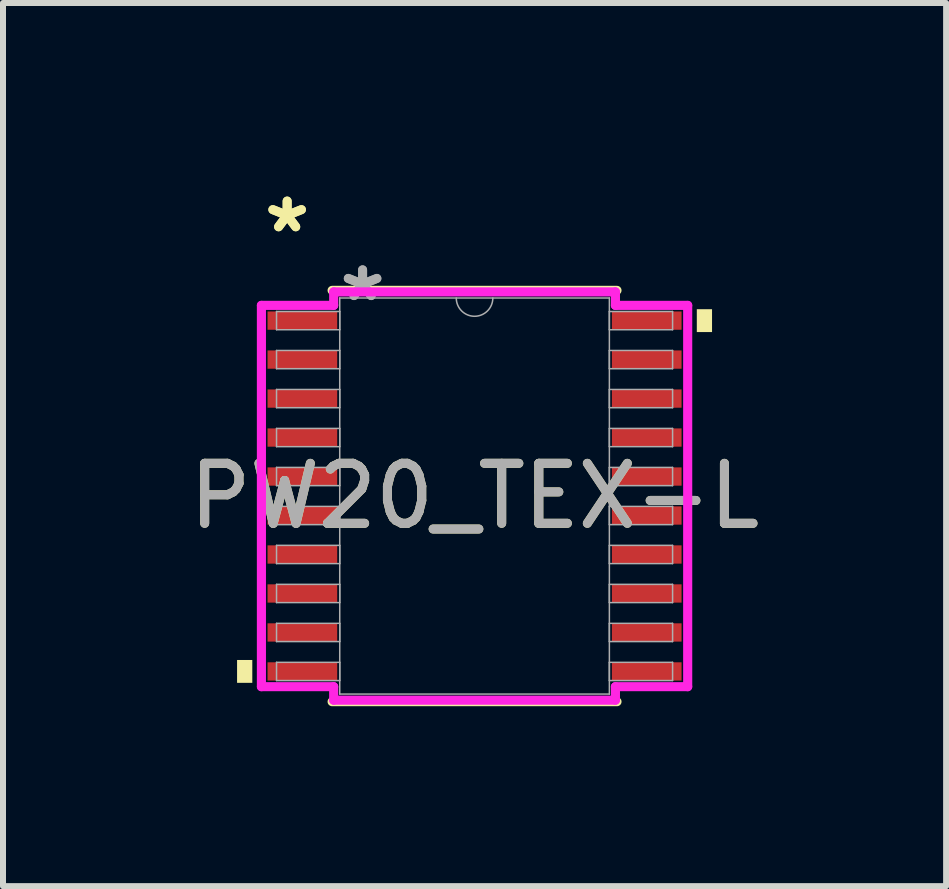
<source format=kicad_pcb>
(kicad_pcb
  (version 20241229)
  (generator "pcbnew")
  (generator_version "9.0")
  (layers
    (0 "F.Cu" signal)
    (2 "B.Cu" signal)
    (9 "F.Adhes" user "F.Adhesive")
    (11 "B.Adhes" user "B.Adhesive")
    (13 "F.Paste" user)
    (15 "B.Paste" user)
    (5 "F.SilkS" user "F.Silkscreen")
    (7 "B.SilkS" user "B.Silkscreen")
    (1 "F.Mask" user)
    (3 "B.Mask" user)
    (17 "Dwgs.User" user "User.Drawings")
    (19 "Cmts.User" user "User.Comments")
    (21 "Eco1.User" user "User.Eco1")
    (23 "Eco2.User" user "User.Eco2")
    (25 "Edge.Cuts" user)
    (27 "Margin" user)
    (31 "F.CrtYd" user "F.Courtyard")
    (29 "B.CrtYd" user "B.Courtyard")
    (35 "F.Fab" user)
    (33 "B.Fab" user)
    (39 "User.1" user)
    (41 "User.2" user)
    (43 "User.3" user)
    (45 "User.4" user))
  (footprint "PW20_TEX-L"
    (layer "F.Cu")
    (at 4.863 5.221)
    (property "Reference" "PW20_TEX-L" (at 0 0 0) (unlocked yes) (layer "F.SilkS") (effects (font (size 1 1) (thickness 0.15))))
    (attr smd)
    (fp_line (start -2.375 3.429) (end 2.375 3.429) (stroke (width 0.152) (type solid)) (layer "F.SilkS"))
    (fp_line (start 2.375 -3.429) (end -2.375 -3.429) (stroke (width 0.152) (type solid)) (layer "F.SilkS"))
    (fp_poly (pts (xy -3.96 2.734) (xy -3.96 3.115) (xy -3.706 3.115) (xy -3.706 2.734)) (stroke (width 0) (type solid)) (fill yes) (layer "F.SilkS"))
    (fp_poly (pts (xy 3.96 -3.115) (xy 3.96 -2.734) (xy 3.706 -2.734) (xy 3.706 -3.115)) (stroke (width 0) (type solid)) (fill yes) (layer "F.SilkS"))
    (fp_line (start -3.554 -3.179) (end -2.349 -3.179) (stroke (width 0.152) (type solid)) (layer "F.CrtYd"))
    (fp_line (start -3.554 3.179) (end -3.554 -3.179) (stroke (width 0.152) (type solid)) (layer "F.CrtYd"))
    (fp_line (start -3.554 3.179) (end -2.349 3.179) (stroke (width 0.152) (type solid)) (layer "F.CrtYd"))
    (fp_line (start -2.349 -3.404) (end 2.349 -3.404) (stroke (width 0.152) (type solid)) (layer "F.CrtYd"))
    (fp_line (start -2.349 -3.179) (end -2.349 -3.404) (stroke (width 0.152) (type solid)) (layer "F.CrtYd"))
    (fp_line (start -2.349 3.404) (end -2.349 3.179) (stroke (width 0.152) (type solid)) (layer "F.CrtYd"))
    (fp_line (start 2.349 -3.404) (end 2.349 -3.179) (stroke (width 0.152) (type solid)) (layer "F.CrtYd"))
    (fp_line (start 2.349 3.179) (end 2.349 3.404) (stroke (width 0.152) (type solid)) (layer "F.CrtYd"))
    (fp_line (start 2.349 3.404) (end -2.349 3.404) (stroke (width 0.152) (type solid)) (layer "F.CrtYd"))
    (fp_line (start 3.554 -3.179) (end 2.349 -3.179) (stroke (width 0.152) (type solid)) (layer "F.CrtYd"))
    (fp_line (start 3.554 -3.179) (end 3.554 3.179) (stroke (width 0.152) (type solid)) (layer "F.CrtYd"))
    (fp_line (start 3.554 3.179) (end 2.349 3.179) (stroke (width 0.152) (type solid)) (layer "F.CrtYd"))
    (fp_line (start -3.302 -3.077) (end -3.302 -2.773) (stroke (width 0.025) (type solid)) (layer "F.Fab"))
    (fp_line (start -3.302 -2.773) (end -2.248 -2.773) (stroke (width 0.025) (type solid)) (layer "F.Fab"))
    (fp_line (start -3.302 -2.427) (end -3.302 -2.123) (stroke (width 0.025) (type solid)) (layer "F.Fab"))
    (fp_line (start -3.302 -2.123) (end -2.248 -2.123) (stroke (width 0.025) (type solid)) (layer "F.Fab"))
    (fp_line (start -3.302 -1.777) (end -3.302 -1.473) (stroke (width 0.025) (type solid)) (layer "F.Fab"))
    (fp_line (start -3.302 -1.473) (end -2.248 -1.473) (stroke (width 0.025) (type solid)) (layer "F.Fab"))
    (fp_line (start -3.302 -1.127) (end -3.302 -0.823) (stroke (width 0.025) (type solid)) (layer "F.Fab"))
    (fp_line (start -3.302 -0.823) (end -2.248 -0.823) (stroke (width 0.025) (type solid)) (layer "F.Fab"))
    (fp_line (start -3.302 -0.477) (end -3.302 -0.173) (stroke (width 0.025) (type solid)) (layer "F.Fab"))
    (fp_line (start -3.302 -0.173) (end -2.248 -0.173) (stroke (width 0.025) (type solid)) (layer "F.Fab"))
    (fp_line (start -3.302 0.173) (end -3.302 0.477) (stroke (width 0.025) (type solid)) (layer "F.Fab"))
    (fp_line (start -3.302 0.477) (end -2.248 0.477) (stroke (width 0.025) (type solid)) (layer "F.Fab"))
    (fp_line (start -3.302 0.823) (end -3.302 1.127) (stroke (width 0.025) (type solid)) (layer "F.Fab"))
    (fp_line (start -3.302 1.127) (end -2.248 1.127) (stroke (width 0.025) (type solid)) (layer "F.Fab"))
    (fp_line (start -3.302 1.473) (end -3.302 1.777) (stroke (width 0.025) (type solid)) (layer "F.Fab"))
    (fp_line (start -3.302 1.777) (end -2.248 1.777) (stroke (width 0.025) (type solid)) (layer "F.Fab"))
    (fp_line (start -3.302 2.123) (end -3.302 2.427) (stroke (width 0.025) (type solid)) (layer "F.Fab"))
    (fp_line (start -3.302 2.427) (end -2.248 2.427) (stroke (width 0.025) (type solid)) (layer "F.Fab"))
    (fp_line (start -3.302 2.773) (end -3.302 3.077) (stroke (width 0.025) (type solid)) (layer "F.Fab"))
    (fp_line (start -3.302 3.077) (end -2.248 3.077) (stroke (width 0.025) (type solid)) (layer "F.Fab"))
    (fp_line (start -2.248 -3.302) (end -2.248 3.302) (stroke (width 0.025) (type solid)) (layer "F.Fab"))
    (fp_line (start -2.248 -3.077) (end -3.302 -3.077) (stroke (width 0.025) (type solid)) (layer "F.Fab"))
    (fp_line (start -2.248 -2.773) (end -2.248 -3.077) (stroke (width 0.025) (type solid)) (layer "F.Fab"))
    (fp_line (start -2.248 -2.427) (end -3.302 -2.427) (stroke (width 0.025) (type solid)) (layer "F.Fab"))
    (fp_line (start -2.248 -2.123) (end -2.248 -2.427) (stroke (width 0.025) (type solid)) (layer "F.Fab"))
    (fp_line (start -2.248 -1.777) (end -3.302 -1.777) (stroke (width 0.025) (type solid)) (layer "F.Fab"))
    (fp_line (start -2.248 -1.473) (end -2.248 -1.777) (stroke (width 0.025) (type solid)) (layer "F.Fab"))
    (fp_line (start -2.248 -1.127) (end -3.302 -1.127) (stroke (width 0.025) (type solid)) (layer "F.Fab"))
    (fp_line (start -2.248 -0.823) (end -2.248 -1.127) (stroke (width 0.025) (type solid)) (layer "F.Fab"))
    (fp_line (start -2.248 -0.477) (end -3.302 -0.477) (stroke (width 0.025) (type solid)) (layer "F.Fab"))
    (fp_line (start -2.248 -0.173) (end -2.248 -0.477) (stroke (width 0.025) (type solid)) (layer "F.Fab"))
    (fp_line (start -2.248 0.173) (end -3.302 0.173) (stroke (width 0.025) (type solid)) (layer "F.Fab"))
    (fp_line (start -2.248 0.477) (end -2.248 0.173) (stroke (width 0.025) (type solid)) (layer "F.Fab"))
    (fp_line (start -2.248 0.823) (end -3.302 0.823) (stroke (width 0.025) (type solid)) (layer "F.Fab"))
    (fp_line (start -2.248 1.127) (end -2.248 0.823) (stroke (width 0.025) (type solid)) (layer "F.Fab"))
    (fp_line (start -2.248 1.473) (end -3.302 1.473) (stroke (width 0.025) (type solid)) (layer "F.Fab"))
    (fp_line (start -2.248 1.777) (end -2.248 1.473) (stroke (width 0.025) (type solid)) (layer "F.Fab"))
    (fp_line (start -2.248 2.123) (end -3.302 2.123) (stroke (width 0.025) (type solid)) (layer "F.Fab"))
    (fp_line (start -2.248 2.427) (end -2.248 2.123) (stroke (width 0.025) (type solid)) (layer "F.Fab"))
    (fp_line (start -2.248 2.773) (end -3.302 2.773) (stroke (width 0.025) (type solid)) (layer "F.Fab"))
    (fp_line (start -2.248 3.077) (end -2.248 2.773) (stroke (width 0.025) (type solid)) (layer "F.Fab"))
    (fp_line (start -2.248 3.302) (end 2.248 3.302) (stroke (width 0.025) (type solid)) (layer "F.Fab"))
    (fp_line (start 2.248 -3.302) (end -2.248 -3.302) (stroke (width 0.025) (type solid)) (layer "F.Fab"))
    (fp_line (start 2.248 -3.077) (end 2.248 -2.773) (stroke (width 0.025) (type solid)) (layer "F.Fab"))
    (fp_line (start 2.248 -2.773) (end 3.302 -2.773) (stroke (width 0.025) (type solid)) (layer "F.Fab"))
    (fp_line (start 2.248 -2.427) (end 2.248 -2.123) (stroke (width 0.025) (type solid)) (layer "F.Fab"))
    (fp_line (start 2.248 -2.123) (end 3.302 -2.123) (stroke (width 0.025) (type solid)) (layer "F.Fab"))
    (fp_line (start 2.248 -1.777) (end 2.248 -1.473) (stroke (width 0.025) (type solid)) (layer "F.Fab"))
    (fp_line (start 2.248 -1.473) (end 3.302 -1.473) (stroke (width 0.025) (type solid)) (layer "F.Fab"))
    (fp_line (start 2.248 -1.127) (end 2.248 -0.823) (stroke (width 0.025) (type solid)) (layer "F.Fab"))
    (fp_line (start 2.248 -0.823) (end 3.302 -0.823) (stroke (width 0.025) (type solid)) (layer "F.Fab"))
    (fp_line (start 2.248 -0.477) (end 2.248 -0.173) (stroke (width 0.025) (type solid)) (layer "F.Fab"))
    (fp_line (start 2.248 -0.173) (end 3.302 -0.173) (stroke (width 0.025) (type solid)) (layer "F.Fab"))
    (fp_line (start 2.248 0.173) (end 2.248 0.477) (stroke (width 0.025) (type solid)) (layer "F.Fab"))
    (fp_line (start 2.248 0.477) (end 3.302 0.477) (stroke (width 0.025) (type solid)) (layer "F.Fab"))
    (fp_line (start 2.248 0.823) (end 2.248 1.127) (stroke (width 0.025) (type solid)) (layer "F.Fab"))
    (fp_line (start 2.248 1.127) (end 3.302 1.127) (stroke (width 0.025) (type solid)) (layer "F.Fab"))
    (fp_line (start 2.248 1.473) (end 2.248 1.777) (stroke (width 0.025) (type solid)) (layer "F.Fab"))
    (fp_line (start 2.248 1.777) (end 3.302 1.777) (stroke (width 0.025) (type solid)) (layer "F.Fab"))
    (fp_line (start 2.248 2.123) (end 2.248 2.427) (stroke (width 0.025) (type solid)) (layer "F.Fab"))
    (fp_line (start 2.248 2.427) (end 3.302 2.427) (stroke (width 0.025) (type solid)) (layer "F.Fab"))
    (fp_line (start 2.248 2.773) (end 2.248 3.077) (stroke (width 0.025) (type solid)) (layer "F.Fab"))
    (fp_line (start 2.248 3.077) (end 3.302 3.077) (stroke (width 0.025) (type solid)) (layer "F.Fab"))
    (fp_line (start 2.248 3.302) (end 2.248 -3.302) (stroke (width 0.025) (type solid)) (layer "F.Fab"))
    (fp_line (start 3.302 -3.077) (end 2.248 -3.077) (stroke (width 0.025) (type solid)) (layer "F.Fab"))
    (fp_line (start 3.302 -2.773) (end 3.302 -3.077) (stroke (width 0.025) (type solid)) (layer "F.Fab"))
    (fp_line (start 3.302 -2.427) (end 2.248 -2.427) (stroke (width 0.025) (type solid)) (layer "F.Fab"))
    (fp_line (start 3.302 -2.123) (end 3.302 -2.427) (stroke (width 0.025) (type solid)) (layer "F.Fab"))
    (fp_line (start 3.302 -1.777) (end 2.248 -1.777) (stroke (width 0.025) (type solid)) (layer "F.Fab"))
    (fp_line (start 3.302 -1.473) (end 3.302 -1.777) (stroke (width 0.025) (type solid)) (layer "F.Fab"))
    (fp_line (start 3.302 -1.127) (end 2.248 -1.127) (stroke (width 0.025) (type solid)) (layer "F.Fab"))
    (fp_line (start 3.302 -0.823) (end 3.302 -1.127) (stroke (width 0.025) (type solid)) (layer "F.Fab"))
    (fp_line (start 3.302 -0.477) (end 2.248 -0.477) (stroke (width 0.025) (type solid)) (layer "F.Fab"))
    (fp_line (start 3.302 -0.173) (end 3.302 -0.477) (stroke (width 0.025) (type solid)) (layer "F.Fab"))
    (fp_line (start 3.302 0.173) (end 2.248 0.173) (stroke (width 0.025) (type solid)) (layer "F.Fab"))
    (fp_line (start 3.302 0.477) (end 3.302 0.173) (stroke (width 0.025) (type solid)) (layer "F.Fab"))
    (fp_line (start 3.302 0.823) (end 2.248 0.823) (stroke (width 0.025) (type solid)) (layer "F.Fab"))
    (fp_line (start 3.302 1.127) (end 3.302 0.823) (stroke (width 0.025) (type solid)) (layer "F.Fab"))
    (fp_line (start 3.302 1.473) (end 2.248 1.473) (stroke (width 0.025) (type solid)) (layer "F.Fab"))
    (fp_line (start 3.302 1.777) (end 3.302 1.473) (stroke (width 0.025) (type solid)) (layer "F.Fab"))
    (fp_line (start 3.302 2.123) (end 2.248 2.123) (stroke (width 0.025) (type solid)) (layer "F.Fab"))
    (fp_line (start 3.302 2.427) (end 3.302 2.123) (stroke (width 0.025) (type solid)) (layer "F.Fab"))
    (fp_line (start 3.302 2.773) (end 2.248 2.773) (stroke (width 0.025) (type solid)) (layer "F.Fab"))
    (fp_line (start 3.302 3.077) (end 3.302 2.773) (stroke (width 0.025) (type solid)) (layer "F.Fab"))
    (fp_arc (start 0.3048 -3.302) (mid 0 -2.9972) (end -0.3048 -3.302) (stroke (width 0.0254) (type solid)) (layer "F.Fab"))
    (fp_text user "*" (at -3.125 -4.373 0) (unlocked yes) (layer "F.SilkS") (effects (font (size 1 1) (thickness 0.15))))
    (fp_text user "*" (at -3.125 -4.373 0) (layer "F.SilkS") (effects (font (size 1 1) (thickness 0.15))))
    (fp_text user "${REFERENCE}" (at 0 0 0) (unlocked yes) (layer "F.Fab") (effects (font (size 1 1) (thickness 0.15))))
    (fp_text user "*" (at -1.867 -3.226 0) (unlocked yes) (layer "F.Fab") (effects (font (size 1 1) (thickness 0.15))))
    (fp_text user "*" (at -1.867 -3.226 0) (layer "F.Fab") (effects (font (size 1 1) (thickness 0.15))))
    (pad "1" smd rect (at -2.871 -2.925) (size 1.162 0.305) (layers "F.Cu" "F.Mask" "F.Paste"))
    (pad "2" smd rect (at -2.871 -2.275) (size 1.162 0.305) (layers "F.Cu" "F.Mask" "F.Paste"))
    (pad "3" smd rect (at -2.871 -1.625) (size 1.162 0.305) (layers "F.Cu" "F.Mask" "F.Paste"))
    (pad "4" smd rect (at -2.871 -0.975) (size 1.162 0.305) (layers "F.Cu" "F.Mask" "F.Paste"))
    (pad "5" smd rect (at -2.871 -0.325) (size 1.162 0.305) (layers "F.Cu" "F.Mask" "F.Paste"))
    (pad "6" smd rect (at -2.871 0.325) (size 1.162 0.305) (layers "F.Cu" "F.Mask" "F.Paste"))
    (pad "7" smd rect (at -2.871 0.975) (size 1.162 0.305) (layers "F.Cu" "F.Mask" "F.Paste"))
    (pad "8" smd rect (at -2.871 1.625) (size 1.162 0.305) (layers "F.Cu" "F.Mask" "F.Paste"))
    (pad "9" smd rect (at -2.871 2.275) (size 1.162 0.305) (layers "F.Cu" "F.Mask" "F.Paste"))
    (pad "10" smd rect (at -2.871 2.925) (size 1.162 0.305) (layers "F.Cu" "F.Mask" "F.Paste"))
    (pad "11" smd rect (at 2.871 2.925) (size 1.162 0.305) (layers "F.Cu" "F.Mask" "F.Paste"))
    (pad "12" smd rect (at 2.871 2.275) (size 1.162 0.305) (layers "F.Cu" "F.Mask" "F.Paste"))
    (pad "13" smd rect (at 2.871 1.625) (size 1.162 0.305) (layers "F.Cu" "F.Mask" "F.Paste"))
    (pad "14" smd rect (at 2.871 0.975) (size 1.162 0.305) (layers "F.Cu" "F.Mask" "F.Paste"))
    (pad "15" smd rect (at 2.871 0.325) (size 1.162 0.305) (layers "F.Cu" "F.Mask" "F.Paste"))
    (pad "16" smd rect (at 2.871 -0.325) (size 1.162 0.305) (layers "F.Cu" "F.Mask" "F.Paste"))
    (pad "17" smd rect (at 2.871 -0.975) (size 1.162 0.305) (layers "F.Cu" "F.Mask" "F.Paste"))
    (pad "18" smd rect (at 2.871 -1.625) (size 1.162 0.305) (layers "F.Cu" "F.Mask" "F.Paste"))
    (pad "19" smd rect (at 2.871 -2.275) (size 1.162 0.305) (layers "F.Cu" "F.Mask" "F.Paste"))
    (pad "20" smd rect (at 2.871 -2.925) (size 1.162 0.305) (layers "F.Cu" "F.Mask" "F.Paste")))
  (gr_rect
    (start -3 -3)
    (end 12.726 11.726)
    (stroke (width 0.1) (type default))
    (fill no)
    (layer "Edge.Cuts")))
</source>
